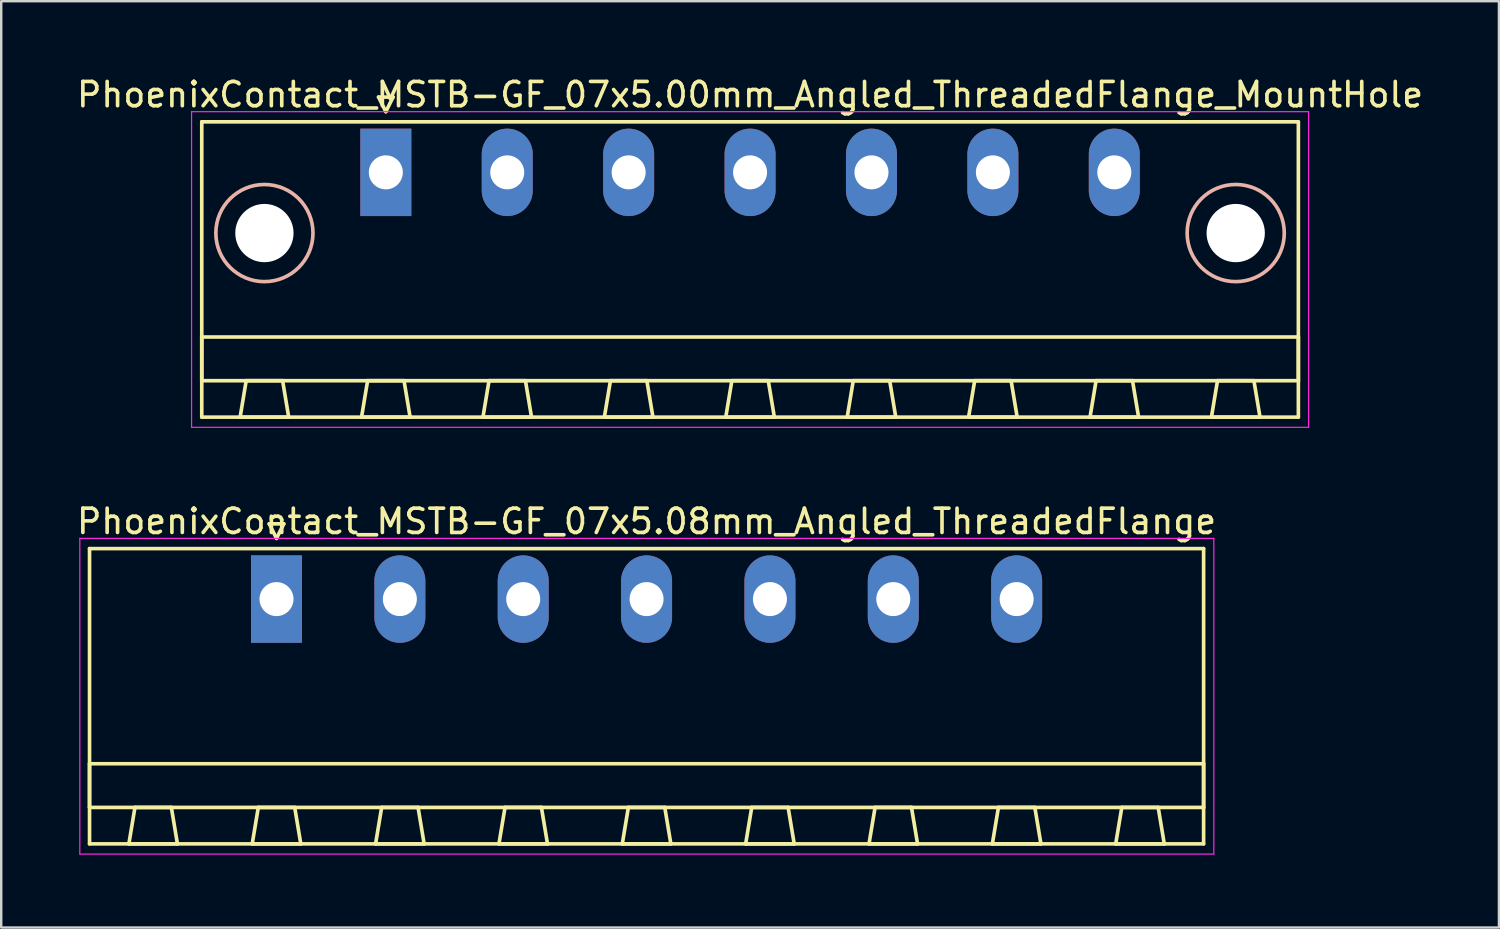
<source format=kicad_pcb>
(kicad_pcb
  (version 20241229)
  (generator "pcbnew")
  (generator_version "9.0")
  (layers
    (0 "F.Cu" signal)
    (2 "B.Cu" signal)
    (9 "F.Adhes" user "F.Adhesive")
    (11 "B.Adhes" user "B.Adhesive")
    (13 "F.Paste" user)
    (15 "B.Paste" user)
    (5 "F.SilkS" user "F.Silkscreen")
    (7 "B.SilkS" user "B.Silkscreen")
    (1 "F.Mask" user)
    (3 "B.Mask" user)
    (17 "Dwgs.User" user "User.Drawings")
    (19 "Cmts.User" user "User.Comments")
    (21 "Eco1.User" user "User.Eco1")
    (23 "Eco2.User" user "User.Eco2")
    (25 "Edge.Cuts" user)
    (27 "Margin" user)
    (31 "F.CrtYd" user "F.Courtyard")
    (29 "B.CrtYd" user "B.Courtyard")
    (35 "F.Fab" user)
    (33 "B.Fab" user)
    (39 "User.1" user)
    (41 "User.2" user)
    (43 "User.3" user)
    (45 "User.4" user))
  (footprint "PhoenixContact_MSTB-GF_07x5.08mm_Angled_ThreadedFlange"
    (layer "F.Cu")
    (at 8.337 21.622)
    (property "Reference" "PhoenixContact_MSTB-GF_07x5.08mm_Angled_ThreadedFlange" (at 15.24 -3.2 0) (layer "F.SilkS") (effects (font (size 1 1) (thickness 0.15))))
    (attr through_hole)
    (fp_line (start -7.7 -2.08) (end -7.7 10.08) (stroke (width 0.15) (type solid)) (layer "F.SilkS"))
    (fp_line (start -7.7 6.78) (end 38.18 6.78) (stroke (width 0.15) (type solid)) (layer "F.SilkS"))
    (fp_line (start -7.7 8.58) (end -7.7 6.78) (stroke (width 0.15) (type solid)) (layer "F.SilkS"))
    (fp_line (start -7.7 10.08) (end 38.18 10.08) (stroke (width 0.15) (type solid)) (layer "F.SilkS"))
    (fp_line (start -6.08 10.08) (end -4.08 10.08) (stroke (width 0.15) (type solid)) (layer "F.SilkS"))
    (fp_line (start -5.83 8.58) (end -6.08 10.08) (stroke (width 0.15) (type solid)) (layer "F.SilkS"))
    (fp_line (start -4.33 8.58) (end -5.83 8.58) (stroke (width 0.15) (type solid)) (layer "F.SilkS"))
    (fp_line (start -4.08 10.08) (end -4.33 8.58) (stroke (width 0.15) (type solid)) (layer "F.SilkS"))
    (fp_line (start -1 10.08) (end 1 10.08) (stroke (width 0.15) (type solid)) (layer "F.SilkS"))
    (fp_line (start -0.75 8.58) (end -1 10.08) (stroke (width 0.15) (type solid)) (layer "F.SilkS"))
    (fp_line (start -0.3 -3.1) (end 0 -2.5) (stroke (width 0.15) (type solid)) (layer "F.SilkS"))
    (fp_line (start 0 -2.5) (end 0.3 -3.1) (stroke (width 0.15) (type solid)) (layer "F.SilkS"))
    (fp_line (start 0.3 -3.1) (end -0.3 -3.1) (stroke (width 0.15) (type solid)) (layer "F.SilkS"))
    (fp_line (start 0.75 8.58) (end -0.75 8.58) (stroke (width 0.15) (type solid)) (layer "F.SilkS"))
    (fp_line (start 1 10.08) (end 0.75 8.58) (stroke (width 0.15) (type solid)) (layer "F.SilkS"))
    (fp_line (start 4.08 10.08) (end 6.08 10.08) (stroke (width 0.15) (type solid)) (layer "F.SilkS"))
    (fp_line (start 4.33 8.58) (end 4.08 10.08) (stroke (width 0.15) (type solid)) (layer "F.SilkS"))
    (fp_line (start 5.83 8.58) (end 4.33 8.58) (stroke (width 0.15) (type solid)) (layer "F.SilkS"))
    (fp_line (start 6.08 10.08) (end 5.83 8.58) (stroke (width 0.15) (type solid)) (layer "F.SilkS"))
    (fp_line (start 9.16 10.08) (end 11.16 10.08) (stroke (width 0.15) (type solid)) (layer "F.SilkS"))
    (fp_line (start 9.41 8.58) (end 9.16 10.08) (stroke (width 0.15) (type solid)) (layer "F.SilkS"))
    (fp_line (start 10.91 8.58) (end 9.41 8.58) (stroke (width 0.15) (type solid)) (layer "F.SilkS"))
    (fp_line (start 11.16 10.08) (end 10.91 8.58) (stroke (width 0.15) (type solid)) (layer "F.SilkS"))
    (fp_line (start 14.24 10.08) (end 16.24 10.08) (stroke (width 0.15) (type solid)) (layer "F.SilkS"))
    (fp_line (start 14.49 8.58) (end 14.24 10.08) (stroke (width 0.15) (type solid)) (layer "F.SilkS"))
    (fp_line (start 15.99 8.58) (end 14.49 8.58) (stroke (width 0.15) (type solid)) (layer "F.SilkS"))
    (fp_line (start 16.24 10.08) (end 15.99 8.58) (stroke (width 0.15) (type solid)) (layer "F.SilkS"))
    (fp_line (start 19.32 10.08) (end 21.32 10.08) (stroke (width 0.15) (type solid)) (layer "F.SilkS"))
    (fp_line (start 19.57 8.58) (end 19.32 10.08) (stroke (width 0.15) (type solid)) (layer "F.SilkS"))
    (fp_line (start 21.07 8.58) (end 19.57 8.58) (stroke (width 0.15) (type solid)) (layer "F.SilkS"))
    (fp_line (start 21.32 10.08) (end 21.07 8.58) (stroke (width 0.15) (type solid)) (layer "F.SilkS"))
    (fp_line (start 24.4 10.08) (end 26.4 10.08) (stroke (width 0.15) (type solid)) (layer "F.SilkS"))
    (fp_line (start 24.65 8.58) (end 24.4 10.08) (stroke (width 0.15) (type solid)) (layer "F.SilkS"))
    (fp_line (start 26.15 8.58) (end 24.65 8.58) (stroke (width 0.15) (type solid)) (layer "F.SilkS"))
    (fp_line (start 26.4 10.08) (end 26.15 8.58) (stroke (width 0.15) (type solid)) (layer "F.SilkS"))
    (fp_line (start 29.48 10.08) (end 31.48 10.08) (stroke (width 0.15) (type solid)) (layer "F.SilkS"))
    (fp_line (start 29.73 8.58) (end 29.48 10.08) (stroke (width 0.15) (type solid)) (layer "F.SilkS"))
    (fp_line (start 31.23 8.58) (end 29.73 8.58) (stroke (width 0.15) (type solid)) (layer "F.SilkS"))
    (fp_line (start 31.48 10.08) (end 31.23 8.58) (stroke (width 0.15) (type solid)) (layer "F.SilkS"))
    (fp_line (start 34.56 10.08) (end 36.56 10.08) (stroke (width 0.15) (type solid)) (layer "F.SilkS"))
    (fp_line (start 34.81 8.58) (end 34.56 10.08) (stroke (width 0.15) (type solid)) (layer "F.SilkS"))
    (fp_line (start 36.31 8.58) (end 34.81 8.58) (stroke (width 0.15) (type solid)) (layer "F.SilkS"))
    (fp_line (start 36.56 10.08) (end 36.31 8.58) (stroke (width 0.15) (type solid)) (layer "F.SilkS"))
    (fp_line (start 38.18 -2.08) (end -7.7 -2.08) (stroke (width 0.15) (type solid)) (layer "F.SilkS"))
    (fp_line (start 38.18 6.78) (end 38.18 8.58) (stroke (width 0.15) (type solid)) (layer "F.SilkS"))
    (fp_line (start 38.18 8.58) (end -7.7 8.58) (stroke (width 0.15) (type solid)) (layer "F.SilkS"))
    (fp_line (start 38.18 10.08) (end 38.18 -2.08) (stroke (width 0.15) (type solid)) (layer "F.SilkS"))
    (fp_line (start -8.1 -2.5) (end -8.1 10.5) (stroke (width 0.05) (type solid)) (layer "F.CrtYd"))
    (fp_line (start -8.1 10.5) (end 38.6 10.5) (stroke (width 0.05) (type solid)) (layer "F.CrtYd"))
    (fp_line (start 38.6 -2.5) (end -8.1 -2.5) (stroke (width 0.05) (type solid)) (layer "F.CrtYd"))
    (fp_line (start 38.6 10.5) (end 38.6 -2.5) (stroke (width 0.05) (type solid)) (layer "F.CrtYd"))
    (pad "1" thru_hole rect (at 0 0) (size 2.1 3.6) (drill 1.4) (layers "*.Cu" "*.Mask"))
    (pad "2" thru_hole oval (at 5.08 0) (size 2.1 3.6) (drill 1.4) (layers "*.Cu" "*.Mask"))
    (pad "3" thru_hole oval (at 10.16 0) (size 2.1 3.6) (drill 1.4) (layers "*.Cu" "*.Mask"))
    (pad "4" thru_hole oval (at 15.24 0) (size 2.1 3.6) (drill 1.4) (layers "*.Cu" "*.Mask"))
    (pad "5" thru_hole oval (at 20.32 0) (size 2.1 3.6) (drill 1.4) (layers "*.Cu" "*.Mask"))
    (pad "6" thru_hole oval (at 25.4 0) (size 2.1 3.6) (drill 1.4) (layers "*.Cu" "*.Mask"))
    (pad "7" thru_hole oval (at 30.48 0) (size 2.1 3.6) (drill 1.4) (layers "*.Cu" "*.Mask")))
  (footprint "PhoenixContact_MSTB-GF_07x5.00mm_Angled_ThreadedFlange_MountHole"
    (layer "F.Cu")
    (at 12.839 4.048)
    (property "Reference" "PhoenixContact_MSTB-GF_07x5.00mm_Angled_ThreadedFlange_MountHole" (at 15 -3.2 0) (layer "F.SilkS") (effects (font (size 1 1) (thickness 0.15))))
    (attr through_hole)
    (fp_line (start -7.58 -2.08) (end -7.58 10.08) (stroke (width 0.15) (type solid)) (layer "F.SilkS"))
    (fp_line (start -7.58 6.78) (end 37.58 6.78) (stroke (width 0.15) (type solid)) (layer "F.SilkS"))
    (fp_line (start -7.58 8.58) (end -7.58 6.78) (stroke (width 0.15) (type solid)) (layer "F.SilkS"))
    (fp_line (start -7.58 10.08) (end 37.58 10.08) (stroke (width 0.15) (type solid)) (layer "F.SilkS"))
    (fp_line (start -6 10.08) (end -4 10.08) (stroke (width 0.15) (type solid)) (layer "F.SilkS"))
    (fp_line (start -5.75 8.58) (end -6 10.08) (stroke (width 0.15) (type solid)) (layer "F.SilkS"))
    (fp_line (start -4.25 8.58) (end -5.75 8.58) (stroke (width 0.15) (type solid)) (layer "F.SilkS"))
    (fp_line (start -4 10.08) (end -4.25 8.58) (stroke (width 0.15) (type solid)) (layer "F.SilkS"))
    (fp_line (start -1 10.08) (end 1 10.08) (stroke (width 0.15) (type solid)) (layer "F.SilkS"))
    (fp_line (start -0.75 8.58) (end -1 10.08) (stroke (width 0.15) (type solid)) (layer "F.SilkS"))
    (fp_line (start -0.3 -3.1) (end 0 -2.5) (stroke (width 0.15) (type solid)) (layer "F.SilkS"))
    (fp_line (start 0 -2.5) (end 0.3 -3.1) (stroke (width 0.15) (type solid)) (layer "F.SilkS"))
    (fp_line (start 0.3 -3.1) (end -0.3 -3.1) (stroke (width 0.15) (type solid)) (layer "F.SilkS"))
    (fp_line (start 0.75 8.58) (end -0.75 8.58) (stroke (width 0.15) (type solid)) (layer "F.SilkS"))
    (fp_line (start 1 10.08) (end 0.75 8.58) (stroke (width 0.15) (type solid)) (layer "F.SilkS"))
    (fp_line (start 4 10.08) (end 6 10.08) (stroke (width 0.15) (type solid)) (layer "F.SilkS"))
    (fp_line (start 4.25 8.58) (end 4 10.08) (stroke (width 0.15) (type solid)) (layer "F.SilkS"))
    (fp_line (start 5.75 8.58) (end 4.25 8.58) (stroke (width 0.15) (type solid)) (layer "F.SilkS"))
    (fp_line (start 6 10.08) (end 5.75 8.58) (stroke (width 0.15) (type solid)) (layer "F.SilkS"))
    (fp_line (start 9 10.08) (end 11 10.08) (stroke (width 0.15) (type solid)) (layer "F.SilkS"))
    (fp_line (start 9.25 8.58) (end 9 10.08) (stroke (width 0.15) (type solid)) (layer "F.SilkS"))
    (fp_line (start 10.75 8.58) (end 9.25 8.58) (stroke (width 0.15) (type solid)) (layer "F.SilkS"))
    (fp_line (start 11 10.08) (end 10.75 8.58) (stroke (width 0.15) (type solid)) (layer "F.SilkS"))
    (fp_line (start 14 10.08) (end 16 10.08) (stroke (width 0.15) (type solid)) (layer "F.SilkS"))
    (fp_line (start 14.25 8.58) (end 14 10.08) (stroke (width 0.15) (type solid)) (layer "F.SilkS"))
    (fp_line (start 15.75 8.58) (end 14.25 8.58) (stroke (width 0.15) (type solid)) (layer "F.SilkS"))
    (fp_line (start 16 10.08) (end 15.75 8.58) (stroke (width 0.15) (type solid)) (layer "F.SilkS"))
    (fp_line (start 19 10.08) (end 21 10.08) (stroke (width 0.15) (type solid)) (layer "F.SilkS"))
    (fp_line (start 19.25 8.58) (end 19 10.08) (stroke (width 0.15) (type solid)) (layer "F.SilkS"))
    (fp_line (start 20.75 8.58) (end 19.25 8.58) (stroke (width 0.15) (type solid)) (layer "F.SilkS"))
    (fp_line (start 21 10.08) (end 20.75 8.58) (stroke (width 0.15) (type solid)) (layer "F.SilkS"))
    (fp_line (start 24 10.08) (end 26 10.08) (stroke (width 0.15) (type solid)) (layer "F.SilkS"))
    (fp_line (start 24.25 8.58) (end 24 10.08) (stroke (width 0.15) (type solid)) (layer "F.SilkS"))
    (fp_line (start 25.75 8.58) (end 24.25 8.58) (stroke (width 0.15) (type solid)) (layer "F.SilkS"))
    (fp_line (start 26 10.08) (end 25.75 8.58) (stroke (width 0.15) (type solid)) (layer "F.SilkS"))
    (fp_line (start 29 10.08) (end 31 10.08) (stroke (width 0.15) (type solid)) (layer "F.SilkS"))
    (fp_line (start 29.25 8.58) (end 29 10.08) (stroke (width 0.15) (type solid)) (layer "F.SilkS"))
    (fp_line (start 30.75 8.58) (end 29.25 8.58) (stroke (width 0.15) (type solid)) (layer "F.SilkS"))
    (fp_line (start 31 10.08) (end 30.75 8.58) (stroke (width 0.15) (type solid)) (layer "F.SilkS"))
    (fp_line (start 34 10.08) (end 36 10.08) (stroke (width 0.15) (type solid)) (layer "F.SilkS"))
    (fp_line (start 34.25 8.58) (end 34 10.08) (stroke (width 0.15) (type solid)) (layer "F.SilkS"))
    (fp_line (start 35.75 8.58) (end 34.25 8.58) (stroke (width 0.15) (type solid)) (layer "F.SilkS"))
    (fp_line (start 36 10.08) (end 35.75 8.58) (stroke (width 0.15) (type solid)) (layer "F.SilkS"))
    (fp_line (start 37.58 -2.08) (end -7.58 -2.08) (stroke (width 0.15) (type solid)) (layer "F.SilkS"))
    (fp_line (start 37.58 6.78) (end 37.58 8.58) (stroke (width 0.15) (type solid)) (layer "F.SilkS"))
    (fp_line (start 37.58 8.58) (end -7.58 8.58) (stroke (width 0.15) (type solid)) (layer "F.SilkS"))
    (fp_line (start 37.58 10.08) (end 37.58 -2.08) (stroke (width 0.15) (type solid)) (layer "F.SilkS"))
    (fp_circle (center -5 2.5) (end -3 2.5) (stroke (width 0.15) (type solid)) (fill no) (layer "B.SilkS"))
    (fp_circle (center 35 2.5) (end 37 2.5) (stroke (width 0.15) (type solid)) (fill no) (layer "B.SilkS"))
    (fp_line (start -8 -2.5) (end -8 10.5) (stroke (width 0.05) (type solid)) (layer "F.CrtYd"))
    (fp_line (start -8 10.5) (end 38 10.5) (stroke (width 0.05) (type solid)) (layer "F.CrtYd"))
    (fp_line (start 38 -2.5) (end -8 -2.5) (stroke (width 0.05) (type solid)) (layer "F.CrtYd"))
    (fp_line (start 38 10.5) (end 38 -2.5) (stroke (width 0.05) (type solid)) (layer "F.CrtYd"))
    (pad "" np_thru_hole circle (at -5 2.5) (size 2.4 2.4) (drill 2.4) (layers "*.Cu" "*.Mask"))
    (pad "" np_thru_hole circle (at 35 2.5) (size 2.4 2.4) (drill 2.4) (layers "*.Cu" "*.Mask"))
    (pad "1" thru_hole rect (at 0 0) (size 2.1 3.6) (drill 1.4) (layers "*.Cu" "*.Mask"))
    (pad "2" thru_hole oval (at 5 0) (size 2.1 3.6) (drill 1.4) (layers "*.Cu" "*.Mask"))
    (pad "3" thru_hole oval (at 10 0) (size 2.1 3.6) (drill 1.4) (layers "*.Cu" "*.Mask"))
    (pad "4" thru_hole oval (at 15 0) (size 2.1 3.6) (drill 1.4) (layers "*.Cu" "*.Mask"))
    (pad "5" thru_hole oval (at 20 0) (size 2.1 3.6) (drill 1.4) (layers "*.Cu" "*.Mask"))
    (pad "6" thru_hole oval (at 25 0) (size 2.1 3.6) (drill 1.4) (layers "*.Cu" "*.Mask"))
    (pad "7" thru_hole oval (at 30 0) (size 2.1 3.6) (drill 1.4) (layers "*.Cu" "*.Mask")))
  (gr_rect
    (start -3 -3)
    (end 58.679 35.147)
    (stroke (width 0.1) (type default))
    (fill no)
    (layer "Edge.Cuts")))
</source>
